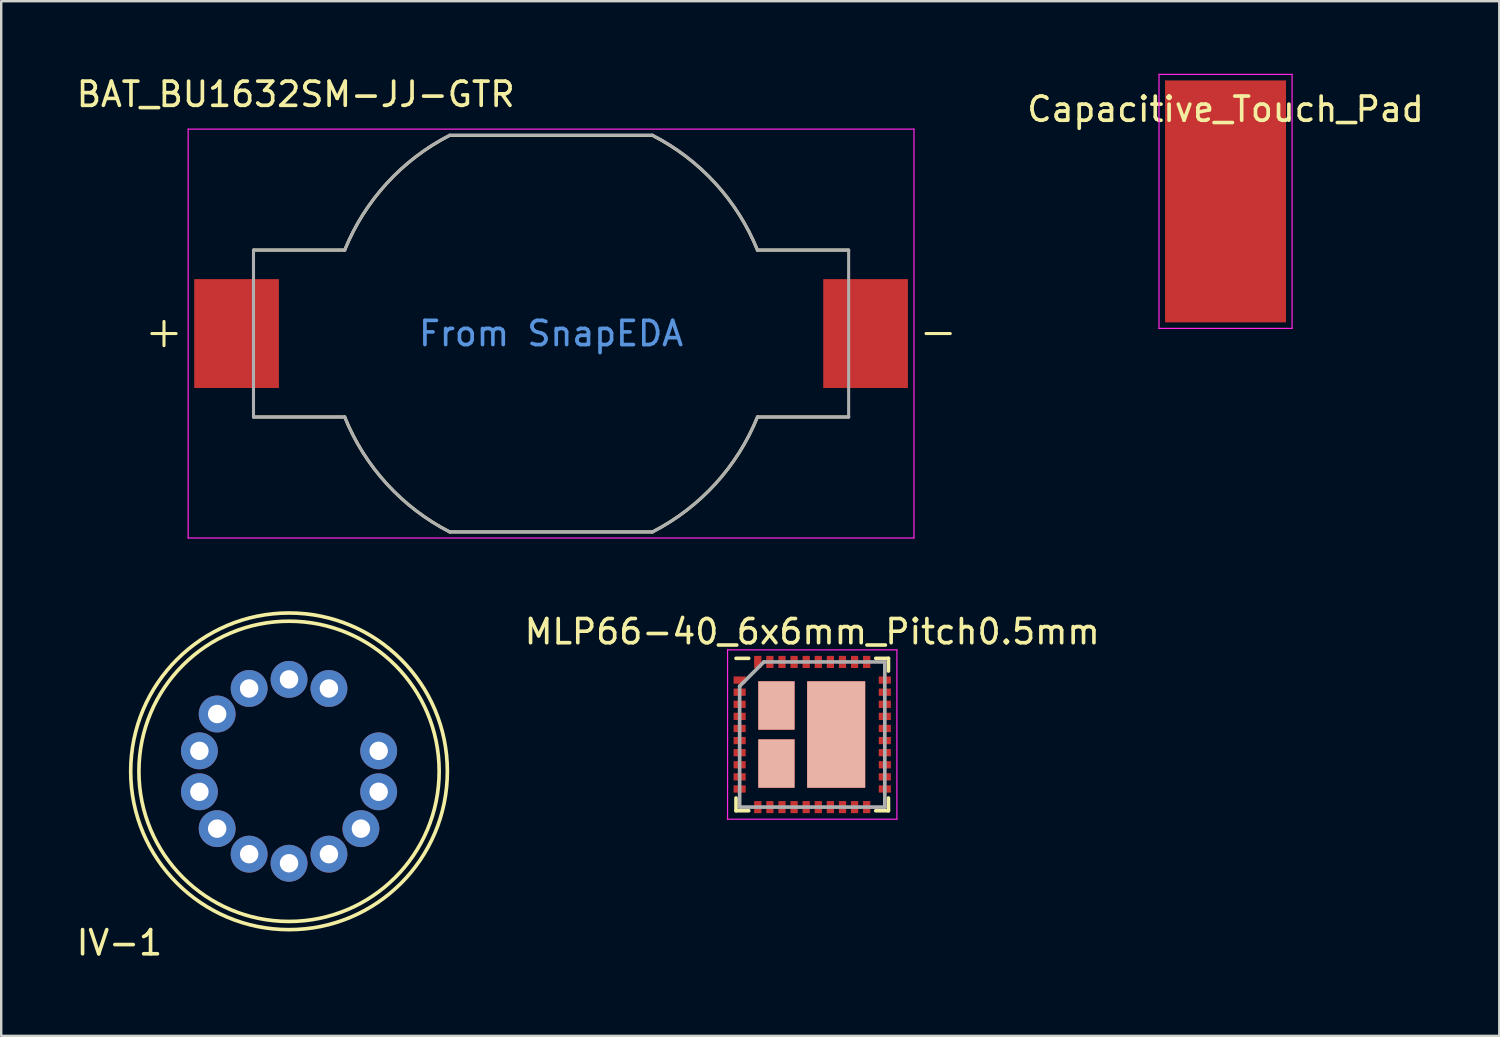
<source format=kicad_pcb>
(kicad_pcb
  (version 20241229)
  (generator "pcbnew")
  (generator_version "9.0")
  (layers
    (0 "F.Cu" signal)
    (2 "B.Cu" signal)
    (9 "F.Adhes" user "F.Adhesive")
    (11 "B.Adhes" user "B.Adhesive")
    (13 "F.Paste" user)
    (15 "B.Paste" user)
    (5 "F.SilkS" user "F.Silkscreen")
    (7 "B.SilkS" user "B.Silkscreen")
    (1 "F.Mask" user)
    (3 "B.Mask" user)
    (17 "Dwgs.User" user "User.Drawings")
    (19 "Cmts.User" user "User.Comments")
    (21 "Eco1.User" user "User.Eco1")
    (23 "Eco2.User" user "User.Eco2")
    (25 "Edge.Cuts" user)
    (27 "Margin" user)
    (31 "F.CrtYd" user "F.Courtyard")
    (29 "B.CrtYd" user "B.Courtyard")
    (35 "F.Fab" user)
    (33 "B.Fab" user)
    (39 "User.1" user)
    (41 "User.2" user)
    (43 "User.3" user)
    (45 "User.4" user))
  (footprint "BAT_BU1632SM-JJ-GTR"
    (layer "F.Cu")
    (at 19.728 10.737)
    (property "Reference" "BAT_BU1632SM-JJ-GTR" (at -10.555 -9.889 0) (layer "F.SilkS") (effects (font (size 1 1) (thickness 0.15))))
    (attr through_hole)
    (fp_line (start -16.5 0) (end -15.5 0) (stroke (width 0.127) (type solid)) (layer "F.SilkS"))
    (fp_line (start -16 -0.5) (end -16 0.5) (stroke (width 0.127) (type solid)) (layer "F.SilkS"))
    (fp_line (start -12.3 3.45) (end -8.53 3.45) (stroke (width 0.127) (type solid)) (layer "F.SilkS"))
    (fp_line (start -8.53 -3.45) (end -12.3 -3.45) (stroke (width 0.127) (type solid)) (layer "F.SilkS"))
    (fp_line (start -4.19 -8.19) (end 4.19 -8.19) (stroke (width 0.127) (type solid)) (layer "F.SilkS"))
    (fp_line (start 4.19 8.2) (end -4.19 8.2) (stroke (width 0.127) (type solid)) (layer "F.SilkS"))
    (fp_line (start 8.53 3.45) (end 12.3 3.45) (stroke (width 0.127) (type solid)) (layer "F.SilkS"))
    (fp_line (start 12.3 -3.45) (end 8.53 -3.45) (stroke (width 0.127) (type solid)) (layer "F.SilkS"))
    (fp_line (start 15.5 0) (end 16.5 0) (stroke (width 0.127) (type solid)) (layer "F.SilkS"))
    (fp_arc (start -8.53 -3.45) (mid -6.787284 -6.211227) (end -4.19 -8.19) (stroke (width 0.127) (type solid)) (layer "F.SilkS"))
    (fp_arc (start -4.19 8.2) (mid -6.788186 6.216227) (end -8.53 3.45) (stroke (width 0.127) (type solid)) (layer "F.SilkS"))
    (fp_arc (start 4.19 -8.19) (mid 6.787284 -6.211227) (end 8.53 -3.45) (stroke (width 0.127) (type solid)) (layer "F.SilkS"))
    (fp_arc (start 8.53 3.45) (mid 6.788186 6.216227) (end 4.19 8.2) (stroke (width 0.127) (type solid)) (layer "F.SilkS"))
    (fp_line (start -15 -8.45) (end -15 8.45) (stroke (width 0.05) (type solid)) (layer "F.CrtYd"))
    (fp_line (start -15 8.45) (end 15 8.45) (stroke (width 0.05) (type solid)) (layer "F.CrtYd"))
    (fp_line (start 15 -8.45) (end -15 -8.45) (stroke (width 0.05) (type solid)) (layer "F.CrtYd"))
    (fp_line (start 15 8.45) (end 15 -8.45) (stroke (width 0.05) (type solid)) (layer "F.CrtYd"))
    (fp_line (start -12.3 -3.45) (end -12.3 3.45) (stroke (width 0.127) (type solid)) (layer "F.Fab"))
    (fp_line (start -12.3 3.45) (end -8.53 3.45) (stroke (width 0.127) (type solid)) (layer "F.Fab"))
    (fp_line (start -8.53 -3.45) (end -12.3 -3.45) (stroke (width 0.127) (type solid)) (layer "F.Fab"))
    (fp_line (start -4.19 -8.2) (end 4.19 -8.2) (stroke (width 0.127) (type solid)) (layer "F.Fab"))
    (fp_line (start 4.19 8.2) (end -4.19 8.2) (stroke (width 0.127) (type solid)) (layer "F.Fab"))
    (fp_line (start 8.53 3.45) (end 12.3 3.45) (stroke (width 0.127) (type solid)) (layer "F.Fab"))
    (fp_line (start 12.3 -3.45) (end 8.53 -3.45) (stroke (width 0.127) (type solid)) (layer "F.Fab"))
    (fp_line (start 12.3 3.45) (end 12.3 -3.45) (stroke (width 0.127) (type solid)) (layer "F.Fab"))
    (fp_arc (start -8.53 -3.45) (mid -6.788186 -6.216227) (end -4.19 -8.2) (stroke (width 0.127) (type solid)) (layer "F.Fab"))
    (fp_arc (start -4.19 8.2) (mid -6.788186 6.216227) (end -8.53 3.45) (stroke (width 0.127) (type solid)) (layer "F.Fab"))
    (fp_arc (start 4.19 -8.2) (mid 6.788186 -6.216227) (end 8.53 -3.45) (stroke (width 0.127) (type solid)) (layer "F.Fab"))
    (fp_arc (start 8.53 3.45) (mid 6.788186 6.216227) (end 4.19 8.2) (stroke (width 0.127) (type solid)) (layer "F.Fab"))
    (fp_text user "From SnapEDA" (at 0 0 0) (layer "Cmts.User") (effects (font (size 1 1) (thickness 0.15))))
    (pad "+" smd rect (at -13 0) (size 3.5 4.5) (layers "F.Cu" "F.Mask" "F.Paste"))
    (pad "-" smd rect (at 13 0) (size 3.5 4.5) (layers "F.Cu" "F.Mask" "F.Paste")))
  (footprint "IV-1"
    (layer "F.Cu")
    (at 8.897 28.832)
    (property "Reference" "IV-1" (at -7.01 7.087 180) (layer "F.SilkS") (effects (font (size 1 1) (thickness 0.15))))
    (attr through_hole)
    (fp_circle (center 0 0) (end 6.2 0.254) (stroke (width 0.15) (type solid)) (fill no) (layer "F.SilkS"))
    (fp_circle (center 0 0) (end 6.5 -0.762) (stroke (width 0.15) (type solid)) (fill no) (layer "F.SilkS"))
    (pad "1" thru_hole circle (at 1.649 -3.424 150) (size 1.524 1.524) (drill 0.762) (layers "*.Cu" "*.Mask"))
    (pad "2" thru_hole circle (at 0 -3.8 285) (size 1.524 1.524) (drill 0.762) (layers "*.Cu" "*.Mask"))
    (pad "3" thru_hole circle (at -1.649 -3.424 240) (size 1.524 1.524) (drill 0.762) (layers "*.Cu" "*.Mask"))
    (pad "4" thru_hole circle (at -2.971 -2.369 240) (size 1.524 1.524) (drill 0.762) (layers "*.Cu" "*.Mask"))
    (pad "5" thru_hole circle (at -3.705 -0.846 240) (size 1.524 1.524) (drill 0.762) (layers "*.Cu" "*.Mask"))
    (pad "6" thru_hole circle (at -3.705 0.846 240) (size 1.524 1.524) (drill 0.762) (layers "*.Cu" "*.Mask"))
    (pad "7" thru_hole circle (at -2.971 2.369 240) (size 1.524 1.524) (drill 0.762) (layers "*.Cu" "*.Mask"))
    (pad "8" thru_hole circle (at -1.649 3.424 240) (size 1.524 1.524) (drill 0.762) (layers "*.Cu" "*.Mask"))
    (pad "9" thru_hole circle (at 0 3.8 240) (size 1.524 1.524) (drill 0.762) (layers "*.Cu" "*.Mask"))
    (pad "10" thru_hole circle (at 1.649 3.424 240) (size 1.524 1.524) (drill 0.762) (layers "*.Cu" "*.Mask"))
    (pad "11" thru_hole circle (at 2.971 2.369 240) (size 1.524 1.524) (drill 0.762) (layers "*.Cu" "*.Mask"))
    (pad "12" thru_hole circle (at 3.705 0.846 240) (size 1.524 1.524) (drill 0.762) (layers "*.Cu" "*.Mask"))
    (pad "13" thru_hole circle (at 3.705 -0.846 240) (size 1.524 1.524) (drill 0.762) (layers "*.Cu" "*.Mask")))
  (footprint "MLP66-40_6x6mm_Pitch0.5mm"
    (layer "F.Cu")
    (at 30.523 27.311)
    (property "Reference" "MLP66-40_6x6mm_Pitch0.5mm" (at 0 -4.25 0) (layer "F.SilkS") (effects (font (size 1 1) (thickness 0.15))))
    (attr smd)
    (fp_line (start -3.15 -3.15) (end -2.625 -3.15) (stroke (width 0.15) (type solid)) (layer "F.SilkS"))
    (fp_line (start -3.15 3.15) (end -3.15 2.625) (stroke (width 0.15) (type solid)) (layer "F.SilkS"))
    (fp_line (start -3.15 3.15) (end -2.625 3.15) (stroke (width 0.15) (type solid)) (layer "F.SilkS"))
    (fp_line (start 3.15 -3.15) (end 2.625 -3.15) (stroke (width 0.15) (type solid)) (layer "F.SilkS"))
    (fp_line (start 3.15 -3.15) (end 3.15 -2.625) (stroke (width 0.15) (type solid)) (layer "F.SilkS"))
    (fp_line (start 3.15 3.15) (end 2.625 3.15) (stroke (width 0.15) (type solid)) (layer "F.SilkS"))
    (fp_line (start 3.15 3.15) (end 3.15 2.625) (stroke (width 0.15) (type solid)) (layer "F.SilkS"))
    (fp_line (start -3.5 -3.5) (end -3.5 3.5) (stroke (width 0.05) (type solid)) (layer "F.CrtYd"))
    (fp_line (start -3.5 -3.5) (end 3.5 -3.5) (stroke (width 0.05) (type solid)) (layer "F.CrtYd"))
    (fp_line (start -3.5 3.5) (end 3.5 3.5) (stroke (width 0.05) (type solid)) (layer "F.CrtYd"))
    (fp_line (start 3.5 -3.5) (end 3.5 3.5) (stroke (width 0.05) (type solid)) (layer "F.CrtYd"))
    (fp_line (start -3 -2) (end -2 -3) (stroke (width 0.15) (type solid)) (layer "F.Fab"))
    (fp_line (start -3 3) (end -3 -2) (stroke (width 0.15) (type solid)) (layer "F.Fab"))
    (fp_line (start -2 -3) (end 3 -3) (stroke (width 0.15) (type solid)) (layer "F.Fab"))
    (fp_line (start 3 -3) (end 3 3) (stroke (width 0.15) (type solid)) (layer "F.Fab"))
    (fp_line (start 3 3) (end -3 3) (stroke (width 0.15) (type solid)) (layer "F.Fab"))
    (pad "1" smd rect (at -3 -2.25) (size 0.5 0.3) (layers "F.Cu" "F.Mask" "F.Paste"))
    (pad "2" smd rect (at -3 -1.75) (size 0.5 0.3) (layers "F.Cu" "F.Mask" "F.Paste"))
    (pad "3" smd rect (at -3 -1.25) (size 0.5 0.3) (layers "F.Cu" "F.Mask" "F.Paste"))
    (pad "4" smd rect (at -3 -0.75) (size 0.5 0.3) (layers "F.Cu" "F.Mask" "F.Paste"))
    (pad "5" smd rect (at -3 -0.25) (size 0.5 0.3) (layers "F.Cu" "F.Mask" "F.Paste"))
    (pad "6" smd rect (at -3 0.25) (size 0.5 0.3) (layers "F.Cu" "F.Mask" "F.Paste"))
    (pad "7" smd rect (at -3 0.75) (size 0.5 0.3) (layers "F.Cu" "F.Mask" "F.Paste"))
    (pad "8" smd rect (at -3 1.25) (size 0.5 0.3) (layers "F.Cu" "F.Mask" "F.Paste"))
    (pad "9" smd rect (at -3 1.75) (size 0.5 0.3) (layers "F.Cu" "F.Mask" "F.Paste"))
    (pad "10" smd rect (at -3 2.25) (size 0.5 0.3) (layers "F.Cu" "F.Mask" "F.Paste"))
    (pad "11" smd rect (at -2.25 3 90) (size 0.5 0.3) (layers "F.Cu" "F.Mask" "F.Paste"))
    (pad "12" smd rect (at -1.75 3 90) (size 0.5 0.3) (layers "F.Cu" "F.Mask" "F.Paste"))
    (pad "13" smd rect (at -1.25 3 90) (size 0.5 0.3) (layers "F.Cu" "F.Mask" "F.Paste"))
    (pad "14" smd rect (at -0.75 3 90) (size 0.5 0.3) (layers "F.Cu" "F.Mask" "F.Paste"))
    (pad "15" smd rect (at -0.25 3 90) (size 0.5 0.3) (layers "F.Cu" "F.Mask" "F.Paste"))
    (pad "16" smd rect (at 0.25 3 90) (size 0.5 0.3) (layers "F.Cu" "F.Mask" "F.Paste"))
    (pad "17" smd rect (at 0.75 3 90) (size 0.5 0.3) (layers "F.Cu" "F.Mask" "F.Paste"))
    (pad "18" smd rect (at 1.25 3 90) (size 0.5 0.3) (layers "F.Cu" "F.Mask" "F.Paste"))
    (pad "19" smd rect (at 1.75 3 90) (size 0.5 0.3) (layers "F.Cu" "F.Mask" "F.Paste"))
    (pad "20" smd rect (at 2.25 3 90) (size 0.5 0.3) (layers "F.Cu" "F.Mask" "F.Paste"))
    (pad "21" smd rect (at 3 2.25) (size 0.5 0.3) (layers "F.Cu" "F.Mask" "F.Paste"))
    (pad "22" smd rect (at 3 1.75) (size 0.5 0.3) (layers "F.Cu" "F.Mask" "F.Paste"))
    (pad "23" smd rect (at 3 1.25) (size 0.5 0.3) (layers "F.Cu" "F.Mask" "F.Paste"))
    (pad "24" smd rect (at 3 0.75) (size 0.5 0.3) (layers "F.Cu" "F.Mask" "F.Paste"))
    (pad "25" smd rect (at 3 0.25) (size 0.5 0.3) (layers "F.Cu" "F.Mask" "F.Paste"))
    (pad "26" smd rect (at 3 -0.25) (size 0.5 0.3) (layers "F.Cu" "F.Mask" "F.Paste"))
    (pad "27" smd rect (at 3 -0.75) (size 0.5 0.3) (layers "F.Cu" "F.Mask" "F.Paste"))
    (pad "28" smd rect (at 3 -1.25) (size 0.5 0.3) (layers "F.Cu" "F.Mask" "F.Paste"))
    (pad "29" smd rect (at 3 -1.75) (size 0.5 0.3) (layers "F.Cu" "F.Mask" "F.Paste"))
    (pad "30" smd rect (at 3 -2.25) (size 0.5 0.3) (layers "F.Cu" "F.Mask" "F.Paste"))
    (pad "31" smd rect (at 2.25 -3 90) (size 0.5 0.3) (layers "F.Cu" "F.Mask" "F.Paste"))
    (pad "32" smd rect (at 1.75 -3 90) (size 0.5 0.3) (layers "F.Cu" "F.Mask" "F.Paste"))
    (pad "33" smd rect (at 1.25 -3 90) (size 0.5 0.3) (layers "F.Cu" "F.Mask" "F.Paste"))
    (pad "34" smd rect (at 0.75 -3 90) (size 0.5 0.3) (layers "F.Cu" "F.Mask" "F.Paste"))
    (pad "35" smd rect (at 0.25 -3 90) (size 0.5 0.3) (layers "F.Cu" "F.Mask" "F.Paste"))
    (pad "36" smd rect (at -0.25 -3 90) (size 0.5 0.3) (layers "F.Cu" "F.Mask" "F.Paste"))
    (pad "37" smd rect (at -0.75 -3 90) (size 0.5 0.3) (layers "F.Cu" "F.Mask" "F.Paste"))
    (pad "38" smd rect (at -1.25 -3 90) (size 0.5 0.3) (layers "F.Cu" "F.Mask" "F.Paste"))
    (pad "39" smd rect (at -1.75 -3 90) (size 0.5 0.3) (layers "F.Cu" "F.Mask" "F.Paste"))
    (pad "40" smd rect (at -2.25 -3 90) (size 0.5 0.3) (layers "F.Cu" "F.Mask" "F.Paste"))
    (pad "P1" smd rect (at -1.48 -1.2 180) (size 1.5 2) (layers "F.Cu" "F.Mask" "B.SilkS" "F.Paste"))
    (pad "P2" smd rect (at -1.48 1.2 180) (size 1.5 2) (layers "F.Cu" "F.Mask" "B.SilkS" "F.Paste"))
    (pad "P3" smd rect (at 0.99 0) (size 2.4 4.4) (layers "F.Cu" "F.Mask" "B.SilkS" "F.Paste")))
  (footprint "Capacitive_Touch_Pad"
    (layer "F.Cu")
    (at 47.607 5.275)
    (property "Reference" "Capacitive_Touch_Pad" (at 0 -3.81 0) (layer "F.SilkS") (effects (font (size 1 1) (thickness 0.15))))
    (attr smd)
    (fp_line (start -2.75 -5.25) (end -2.75 5.25) (stroke (width 0.05) (type solid)) (layer "F.CrtYd"))
    (fp_line (start -2.75 5.25) (end 2.75 5.25) (stroke (width 0.05) (type solid)) (layer "F.CrtYd"))
    (fp_line (start 2.75 -5.25) (end -2.75 -5.25) (stroke (width 0.05) (type solid)) (layer "F.CrtYd"))
    (fp_line (start 2.75 5.25) (end 2.75 -5.25) (stroke (width 0.05) (type solid)) (layer "F.CrtYd"))
    (pad "1" smd rect (at 0 0) (size 5 10) (layers "F.Cu")))
  (gr_rect
    (start -3 -3)
    (end 58.922 39.767)
    (stroke (width 0.1) (type default))
    (fill no)
    (layer "Edge.Cuts")))
</source>
